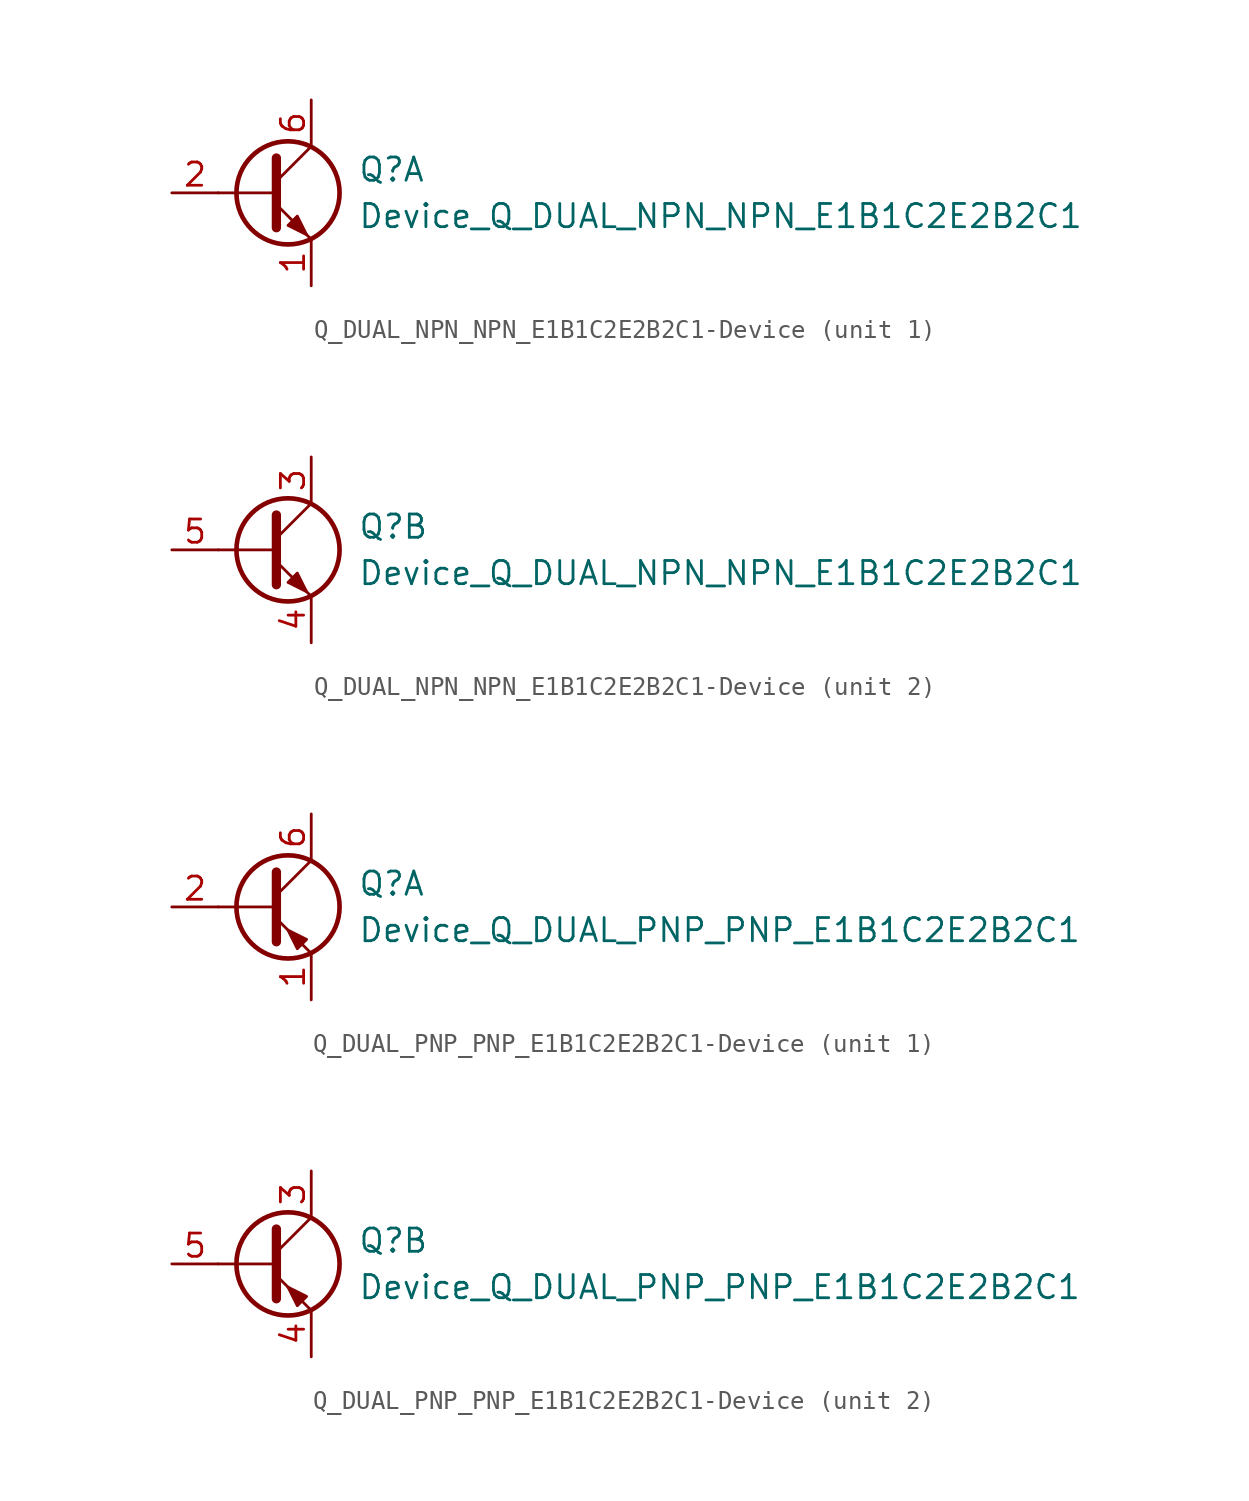
<source format=kicad_sym>
(kicad_symbol_lib
  (version 20220914)
  (generator kicad_symbol_editor)
  (symbol "Q_DUAL_NPN_NPN_E1B1C2E2B2C1-Device"
    (pin_names
      (offset 0) hide)
    (property "Reference" "Q"
      (at 5.08 1.27 0)
      (effects (font (size 1.27 1.27)) (justify left)))
    (property "Value" "Device_Q_DUAL_NPN_NPN_E1B1C2E2B2C1"
      (at 5.08 -1.27 0)
      (effects (font (size 1.27 1.27)) (justify left)))
    (property "ki_locked" ""
      (at 0 0 0)
      (effects (font (size 1.27 1.27))))
    (symbol "Q_DUAL_NPN_NPN_E1B1C2E2B2C1-Device_0_1"
      (polyline (pts (xy 0.635 0) (xy -2.54 0)) (stroke (width 0) (type solid)) (fill (type none)))
      (polyline (pts (xy 0.635 0.635) (xy 2.54 2.54)) (stroke (width 0) (type solid)) (fill (type none)))
      (polyline (pts (xy 0.635 -0.635) (xy 2.54 -2.54) (xy 2.54 -2.54)) (stroke (width 0) (type solid)) (fill (type none)))
      (polyline (pts (xy 0.635 1.905) (xy 0.635 -1.905) (xy 0.635 -1.905)) (stroke (width 0.508) (type solid)) (fill (type none)))
      (polyline (pts (xy 1.27 -1.778) (xy 1.778 -1.27) (xy 2.286 -2.286) (xy 1.27 -1.778) (xy 1.27 -1.778)) (stroke (width 0) (type solid)) (fill (type outline)))
      (circle (center 1.27 0) (radius 2.819) (stroke (width 0.254) (type solid)) (fill (type none))))
    (symbol "Q_DUAL_NPN_NPN_E1B1C2E2B2C1-Device_1_1"
      (pin passive line (at 2.54 -5.08 90) (length 2.54) (name "E1" (effects (font (size 1.27 1.27)))) (number "1" (effects (font (size 1.27 1.27)))))
      (pin input line (at -5.08 0 0) (length 2.54) (name "B1" (effects (font (size 1.27 1.27)))) (number "2" (effects (font (size 1.27 1.27)))))
      (pin passive line (at 2.54 5.08 270) (length 2.54) (name "C1" (effects (font (size 1.27 1.27)))) (number "6" (effects (font (size 1.27 1.27))))))
    (symbol "Q_DUAL_NPN_NPN_E1B1C2E2B2C1-Device_2_1"
      (pin passive line (at 2.54 5.08 270) (length 2.54) (name "C2" (effects (font (size 1.27 1.27)))) (number "3" (effects (font (size 1.27 1.27)))))
      (pin passive line (at 2.54 -5.08 90) (length 2.54) (name "E2" (effects (font (size 1.27 1.27)))) (number "4" (effects (font (size 1.27 1.27)))))
      (pin input line (at -5.08 0 0) (length 2.54) (name "B2" (effects (font (size 1.27 1.27)))) (number "5" (effects (font (size 1.27 1.27)))))))
  (symbol "Q_DUAL_PNP_PNP_E1B1C2E2B2C1-Device"
    (pin_names
      (offset 0) hide)
    (property "Reference" "Q"
      (at 5.08 1.27 0)
      (effects (font (size 1.27 1.27)) (justify left)))
    (property "Value" "Device_Q_DUAL_PNP_PNP_E1B1C2E2B2C1"
      (at 5.08 -1.27 0)
      (effects (font (size 1.27 1.27)) (justify left)))
    (property "ki_locked" ""
      (at 0 0 0)
      (effects (font (size 1.27 1.27))))
    (symbol "Q_DUAL_PNP_PNP_E1B1C2E2B2C1-Device_0_1"
      (polyline (pts (xy 0.635 0) (xy -2.54 0)) (stroke (width 0) (type solid)) (fill (type none)))
      (polyline (pts (xy 0.635 0.635) (xy 2.54 2.54)) (stroke (width 0) (type solid)) (fill (type none)))
      (polyline (pts (xy 0.635 -0.635) (xy 2.54 -2.54) (xy 2.54 -2.54)) (stroke (width 0) (type solid)) (fill (type none)))
      (polyline (pts (xy 0.635 1.905) (xy 0.635 -1.905) (xy 0.635 -1.905)) (stroke (width 0.508) (type solid)) (fill (type none)))
      (polyline (pts (xy 2.286 -1.778) (xy 1.778 -2.286) (xy 1.27 -1.27) (xy 2.286 -1.778) (xy 2.286 -1.778)) (stroke (width 0) (type solid)) (fill (type outline)))
      (circle (center 1.27 0) (radius 2.819) (stroke (width 0.254) (type solid)) (fill (type none))))
    (symbol "Q_DUAL_PNP_PNP_E1B1C2E2B2C1-Device_1_1"
      (pin passive line (at 2.54 -5.08 90) (length 2.54) (name "E1" (effects (font (size 1.27 1.27)))) (number "1" (effects (font (size 1.27 1.27)))))
      (pin input line (at -5.08 0 0) (length 2.54) (name "B1" (effects (font (size 1.27 1.27)))) (number "2" (effects (font (size 1.27 1.27)))))
      (pin passive line (at 2.54 5.08 270) (length 2.54) (name "C1" (effects (font (size 1.27 1.27)))) (number "6" (effects (font (size 1.27 1.27))))))
    (symbol "Q_DUAL_PNP_PNP_E1B1C2E2B2C1-Device_2_1"
      (pin passive line (at 2.54 5.08 270) (length 2.54) (name "C2" (effects (font (size 1.27 1.27)))) (number "3" (effects (font (size 1.27 1.27)))))
      (pin passive line (at 2.54 -5.08 90) (length 2.54) (name "E2" (effects (font (size 1.27 1.27)))) (number "4" (effects (font (size 1.27 1.27)))))
      (pin input line (at -5.08 0 0) (length 2.54) (name "B2" (effects (font (size 1.27 1.27)))) (number "5" (effects (font (size 1.27 1.27))))))))
</source>
